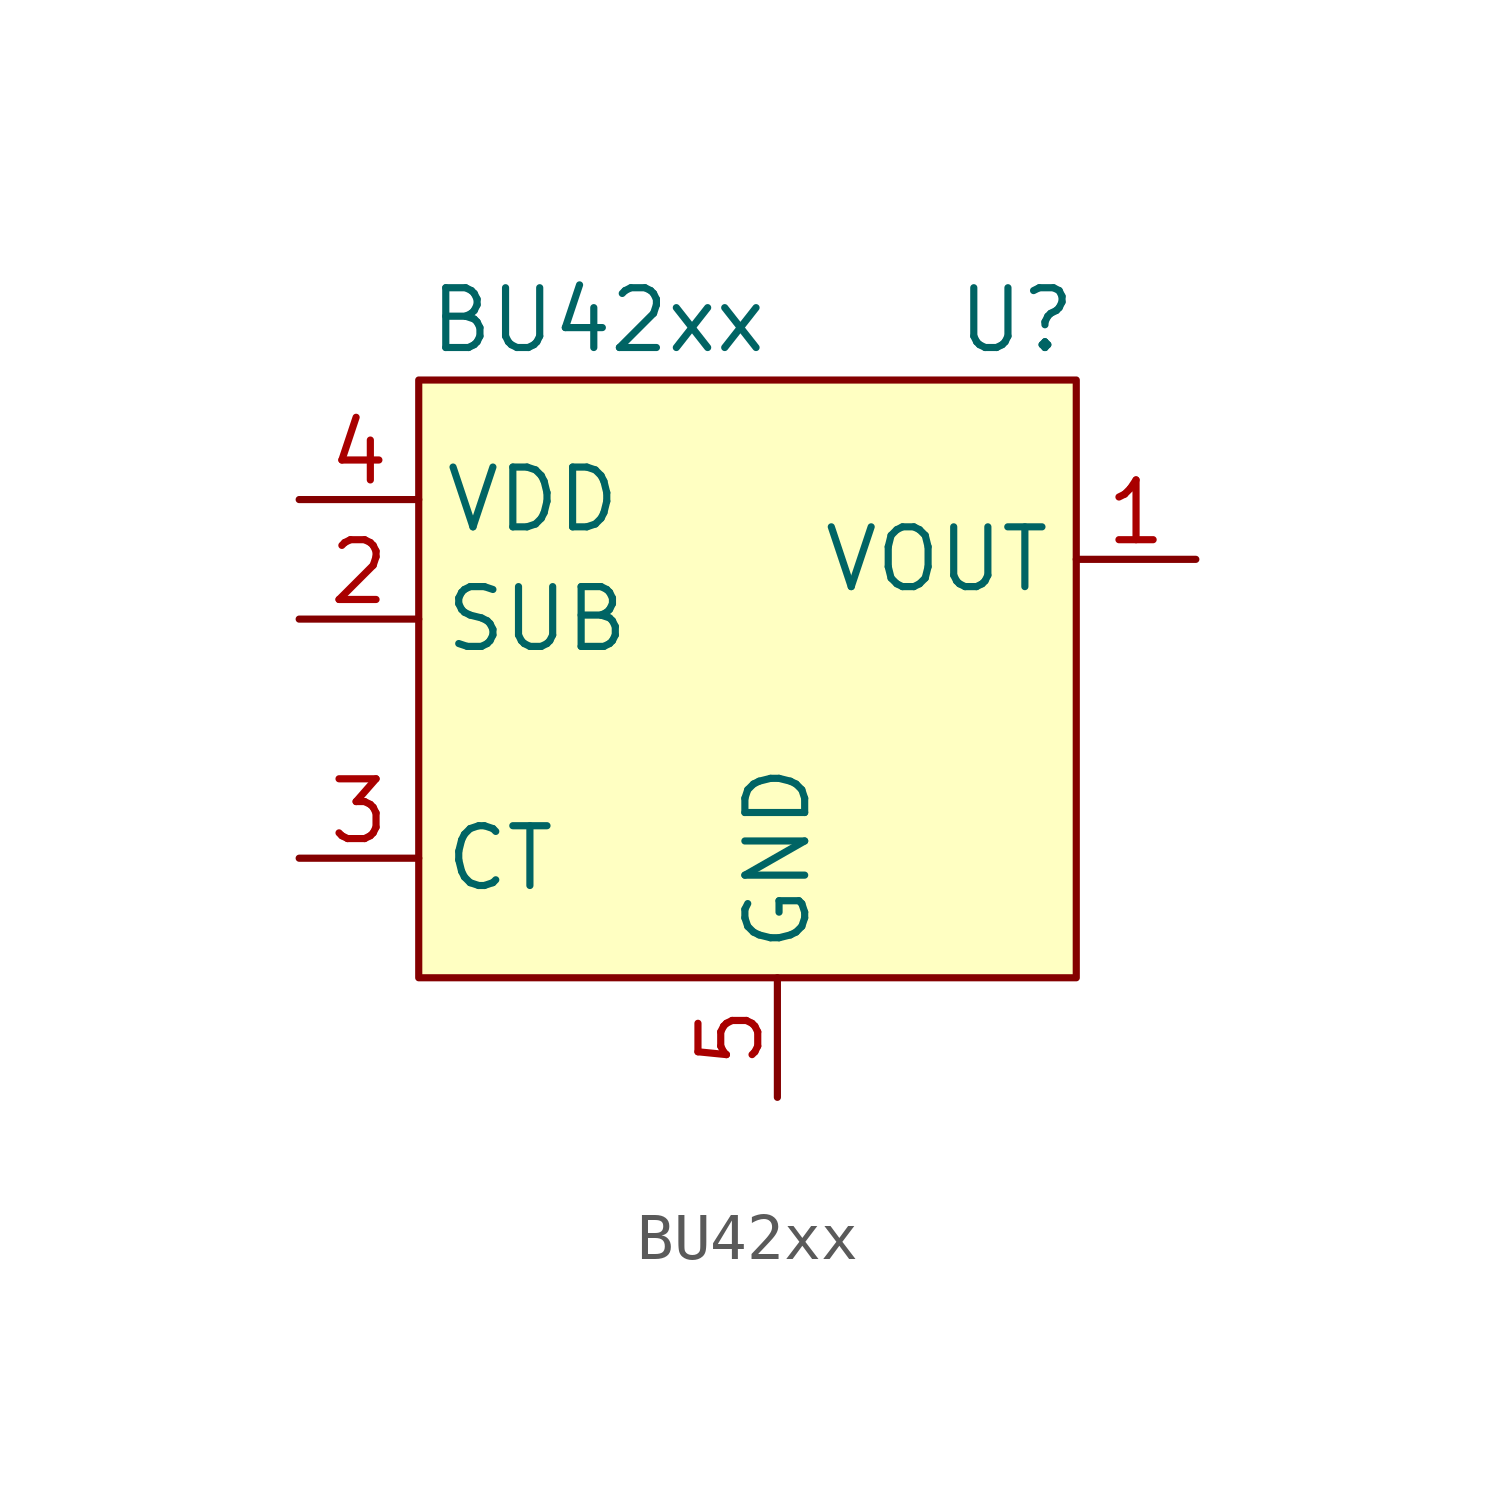
<source format=kicad_sym>
(kicad_symbol_lib
  (version 20210619)
  (generator kicad_symbol_editor)
  (symbol "power_symbols:BU42xx"
    (property "Reference" "U"
      (at 3.81 7.62 0)
      (effects (font (size 1.27 1.27))))
    (property "Value" "BU42xx"
      (at -5.08 7.62 0)
      (effects (font (size 1.27 1.27))))
    (symbol "BU42xx_0_1"
      (rectangle (start -8.89 6.35) (end 5.08 -6.35) (stroke (width 0.152)) (fill (type background))))
    (symbol "BU42xx_1_1"
      (pin output line (at 7.62 2.54 180) (length 2.54) (name "VOUT" (effects (font (size 1.27 1.27)))) (number "1" (effects (font (size 1.27 1.27)))))
      (pin passive line (at -11.43 1.27 0) (length 2.54) (name "SUB" (effects (font (size 1.27 1.27)))) (number "2" (effects (font (size 1.27 1.27)))))
      (pin passive line (at -11.43 -3.81 0) (length 2.54) (name "CT" (effects (font (size 1.27 1.27)))) (number "3" (effects (font (size 1.27 1.27)))))
      (pin power_in line (at -11.43 3.81 0) (length 2.54) (name "VDD" (effects (font (size 1.27 1.27)))) (number "4" (effects (font (size 1.27 1.27)))))
      (pin power_in line (at -1.27 -8.89 90) (length 2.54) (name "GND" (effects (font (size 1.27 1.27)))) (number "5" (effects (font (size 1.27 1.27))))))))
</source>
